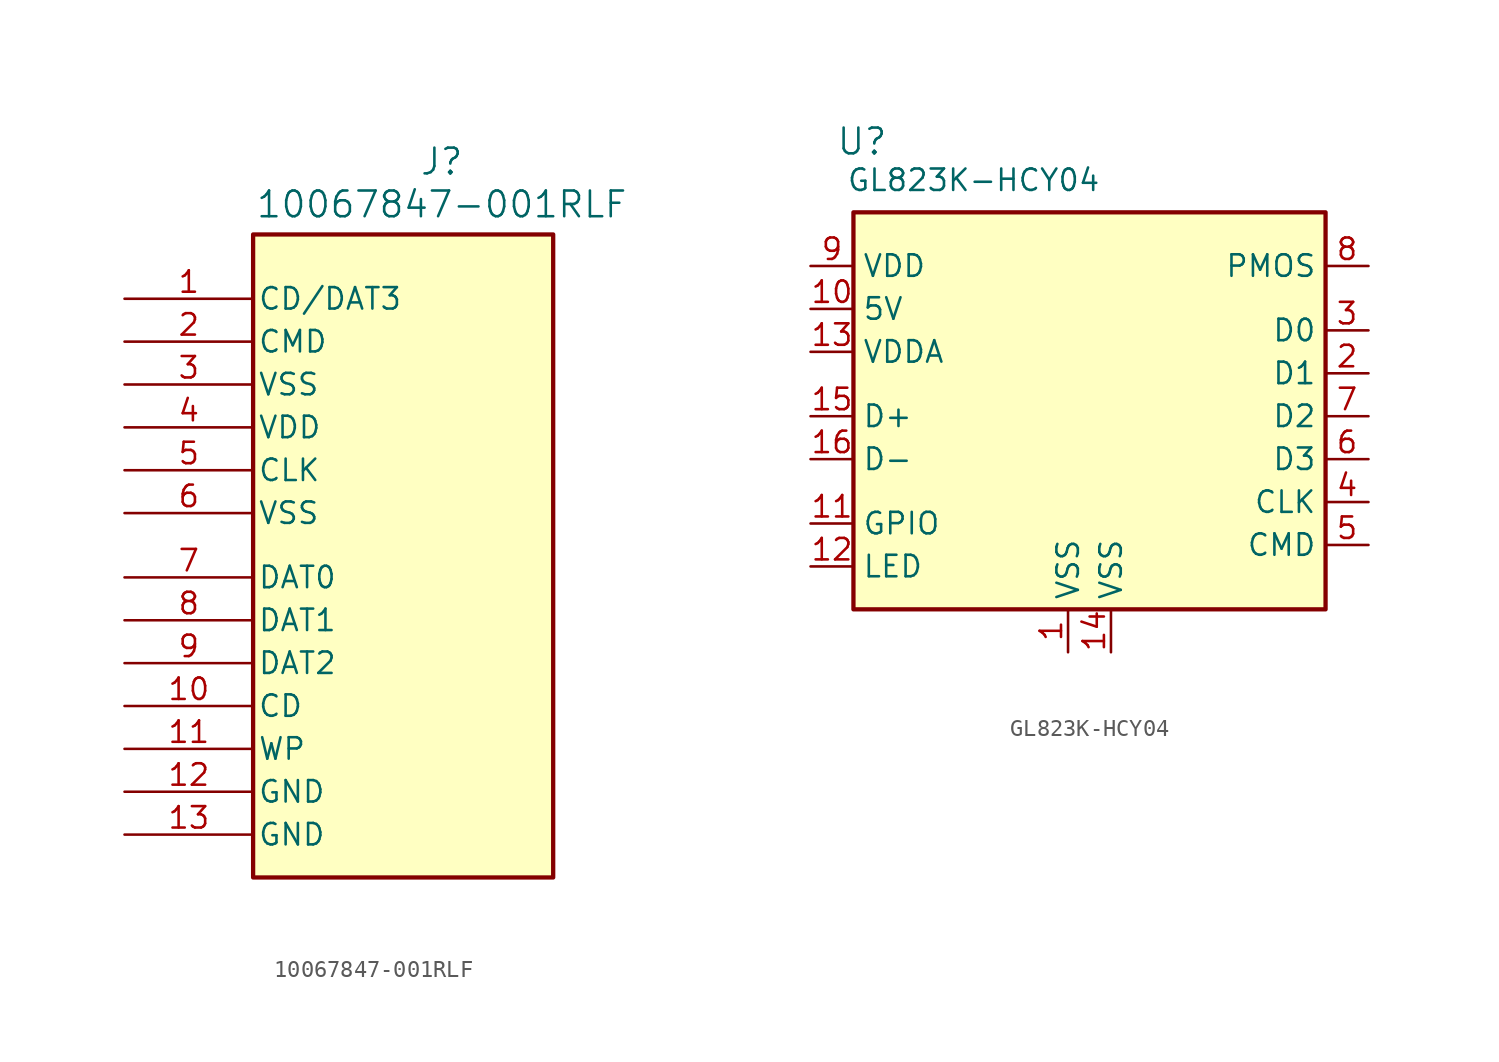
<source format=kicad_sym>
(kicad_symbol_lib
  (version 20231120)
  (generator "kicad_symbol_editor")
  (generator_version "8.0")
  (symbol "10067847-001RLF"
    (pin_names
      (offset 0.254))
    (property "Reference" "J"
      (at 18.796 8.128 0)
      (effects (font (size 1.524 1.524))))
    (property "Value" "10067847-001RLF"
      (at 18.796 5.588 0)
      (effects (font (size 1.524 1.524))))
    (symbol "10067847-001RLF_0_1"
      (pin unspecified line (at 0 0 0) (length 7.62) (name "CD/DAT3" (effects (font (size 1.27 1.27)))) (number "1" (effects (font (size 1.27 1.27)))))
      (pin unspecified line (at 0 -24.13 0) (length 7.62) (name "CD" (effects (font (size 1.27 1.27)))) (number "10" (effects (font (size 1.27 1.27)))))
      (pin unspecified line (at 0 -26.67 0) (length 7.62) (name "WP" (effects (font (size 1.27 1.27)))) (number "11" (effects (font (size 1.27 1.27)))))
      (pin power_out line (at 0 -29.21 0) (length 7.62) (name "GND" (effects (font (size 1.27 1.27)))) (number "12" (effects (font (size 1.27 1.27)))))
      (pin power_out line (at 0 -31.75 0) (length 7.62) (name "GND" (effects (font (size 1.27 1.27)))) (number "13" (effects (font (size 1.27 1.27)))))
      (pin unspecified line (at 0 -2.54 0) (length 7.62) (name "CMD" (effects (font (size 1.27 1.27)))) (number "2" (effects (font (size 1.27 1.27)))))
      (pin power_out line (at 0 -5.08 0) (length 7.62) (name "VSS" (effects (font (size 1.27 1.27)))) (number "3" (effects (font (size 1.27 1.27)))))
      (pin power_in line (at 0 -7.62 0) (length 7.62) (name "VDD" (effects (font (size 1.27 1.27)))) (number "4" (effects (font (size 1.27 1.27)))))
      (pin unspecified line (at 0 -10.16 0) (length 7.62) (name "CLK" (effects (font (size 1.27 1.27)))) (number "5" (effects (font (size 1.27 1.27)))))
      (pin power_out line (at 0 -12.7 0) (length 7.62) (name "VSS" (effects (font (size 1.27 1.27)))) (number "6" (effects (font (size 1.27 1.27)))))
      (pin bidirectional line (at 0 -16.51 0) (length 7.62) (name "DAT0" (effects (font (size 1.27 1.27)))) (number "7" (effects (font (size 1.27 1.27)))))
      (pin bidirectional line (at 0 -19.05 0) (length 7.62) (name "DAT1" (effects (font (size 1.27 1.27)))) (number "8" (effects (font (size 1.27 1.27)))))
      (pin bidirectional line (at 0 -21.59 0) (length 7.62) (name "DAT2" (effects (font (size 1.27 1.27)))) (number "9" (effects (font (size 1.27 1.27))))))
    (symbol "10067847-001RLF_1_1"
      (rectangle (start 7.62 3.81) (end 25.4 -34.29) (stroke (width 0.254) (type default)) (fill (type background)))))
  (symbol "GL823K-HCY04"
    (property "Reference" "U"
      (at -13.462 14.986 0)
      (effects (font (size 1.524 1.524))))
    (property "Value" "GL823K-HCY04"
      (at -6.858 12.7 0)
      (effects (font (size 1.27 1.27))))
    (symbol "GL823K-HCY04_1_1"
      (rectangle (start -13.97 10.795) (end 13.97 -12.7) (stroke (width 0.254) (type default)) (fill (type background)))
      (pin power_in line (at -1.27 -15.24 90) (length 2.54) (name "VSS" (effects (font (size 1.27 1.27)))) (number "1" (effects (font (size 1.27 1.27)))))
      (pin power_in line (at -16.51 5.08 0) (length 2.54) (name "5V" (effects (font (size 1.27 1.27)))) (number "10" (effects (font (size 1.27 1.27)))))
      (pin bidirectional line (at -16.51 -7.62 0) (length 2.54) (name "GPIO" (effects (font (size 1.27 1.27)))) (number "11" (effects (font (size 1.27 1.27)))))
      (pin output line (at -16.51 -10.16 0) (length 2.54) (name "LED" (effects (font (size 1.27 1.27)))) (number "12" (effects (font (size 1.27 1.27)))))
      (pin power_in line (at -16.51 2.54 0) (length 2.54) (name "VDDA" (effects (font (size 1.27 1.27)))) (number "13" (effects (font (size 1.27 1.27)))))
      (pin input line (at 1.27 -15.24 90) (length 2.54) (name "VSS" (effects (font (size 1.27 1.27)))) (number "14" (effects (font (size 1.27 1.27)))))
      (pin output line (at -16.51 -1.27 0) (length 2.54) (name "D+" (effects (font (size 1.27 1.27)))) (number "15" (effects (font (size 1.27 1.27)))))
      (pin output line (at -16.51 -3.81 0) (length 2.54) (name "D-" (effects (font (size 1.27 1.27)))) (number "16" (effects (font (size 1.27 1.27)))))
      (pin input line (at 16.51 1.27 180) (length 2.54) (name "D1" (effects (font (size 1.27 1.27)))) (number "2" (effects (font (size 1.27 1.27)))))
      (pin input line (at 16.51 3.81 180) (length 2.54) (name "D0" (effects (font (size 1.27 1.27)))) (number "3" (effects (font (size 1.27 1.27)))))
      (pin input line (at 16.51 -6.35 180) (length 2.54) (name "CLK" (effects (font (size 1.27 1.27)))) (number "4" (effects (font (size 1.27 1.27)))))
      (pin input line (at 16.51 -8.89 180) (length 2.54) (name "CMD" (effects (font (size 1.27 1.27)))) (number "5" (effects (font (size 1.27 1.27)))))
      (pin input line (at 16.51 -3.81 180) (length 2.54) (name "D3" (effects (font (size 1.27 1.27)))) (number "6" (effects (font (size 1.27 1.27)))))
      (pin input line (at 16.51 -1.27 180) (length 2.54) (name "D2" (effects (font (size 1.27 1.27)))) (number "7" (effects (font (size 1.27 1.27)))))
      (pin power_out line (at 16.51 7.62 180) (length 2.54) (name "PMOS" (effects (font (size 1.27 1.27)))) (number "8" (effects (font (size 1.27 1.27)))))
      (pin power_in line (at -16.51 7.62 0) (length 2.54) (name "VDD" (effects (font (size 1.27 1.27)))) (number "9" (effects (font (size 1.27 1.27))))))))
</source>
